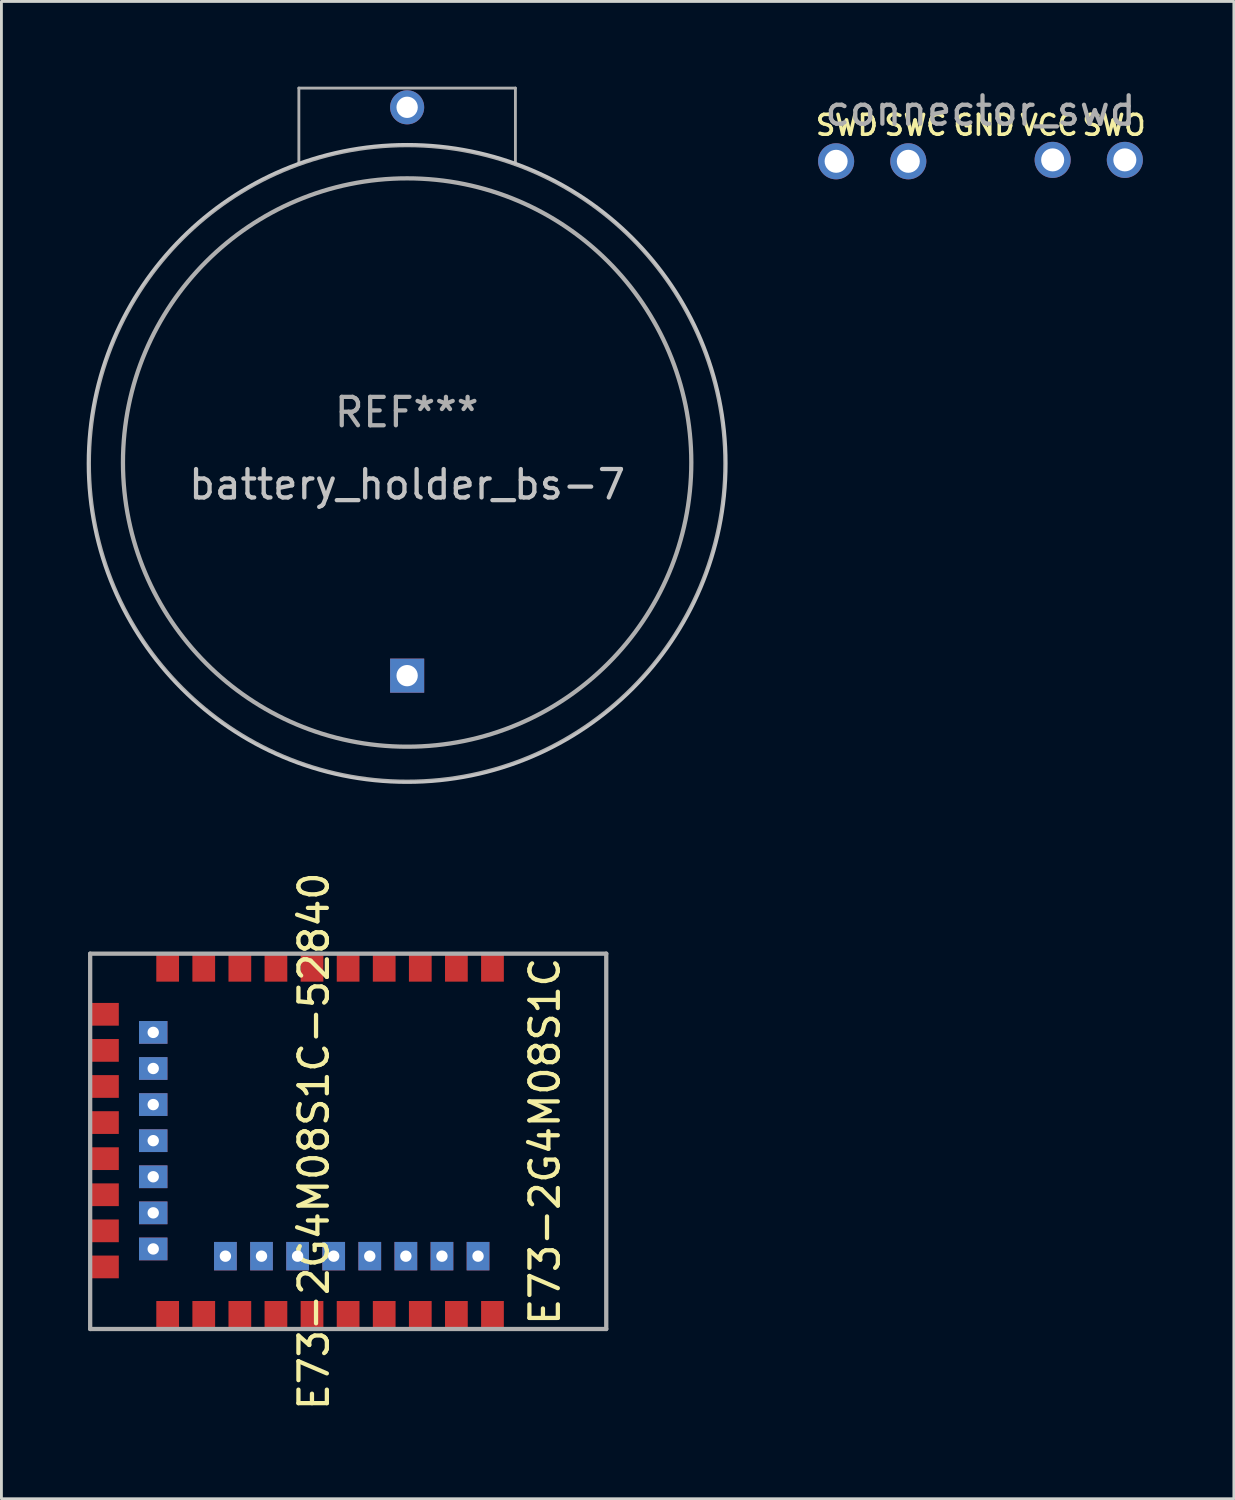
<source format=kicad_pcb>
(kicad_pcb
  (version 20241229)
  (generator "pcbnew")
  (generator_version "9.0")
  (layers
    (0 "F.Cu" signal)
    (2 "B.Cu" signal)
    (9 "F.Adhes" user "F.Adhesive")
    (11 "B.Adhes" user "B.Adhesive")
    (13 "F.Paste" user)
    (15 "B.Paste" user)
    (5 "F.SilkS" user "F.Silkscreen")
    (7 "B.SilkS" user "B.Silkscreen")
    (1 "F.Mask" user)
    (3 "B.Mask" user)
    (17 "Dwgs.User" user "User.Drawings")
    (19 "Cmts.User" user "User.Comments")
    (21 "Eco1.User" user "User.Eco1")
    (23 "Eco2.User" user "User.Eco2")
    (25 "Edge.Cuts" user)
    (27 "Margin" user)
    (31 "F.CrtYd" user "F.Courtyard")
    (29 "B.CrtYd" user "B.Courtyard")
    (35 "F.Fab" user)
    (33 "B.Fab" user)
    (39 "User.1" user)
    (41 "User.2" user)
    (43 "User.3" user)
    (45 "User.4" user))
  (footprint "E73-2G4M08S1C-52840"
    (layer "F.Cu")
    (at 0.25 37.113)
    (property "Reference" "E73-2G4M08S1C-52840" (at 7.747 -0.000467 270) (layer "F.SilkS") (effects (font (size 1 1) (thickness 0.15))))
    (attr through_hole)
    (fp_line (start -0.127 -6.604) (end -0.127 6.604) (stroke (width 0.15) (type solid)) (layer "F.Fab"))
    (fp_line (start -0.127 6.604) (end 18.034 6.604) (stroke (width 0.15) (type solid)) (layer "F.Fab"))
    (fp_line (start 18.034 -6.604) (end -0.127 -6.604) (stroke (width 0.15) (type solid)) (layer "F.Fab"))
    (fp_line (start 18.034 6.604) (end 18.034 -6.604) (stroke (width 0.15) (type solid)) (layer "F.Fab"))
    (fp_text user "E73-2G4M08S1C" (at 15.875 0 90) (layer "F.SilkS") (effects (font (size 1 1) (thickness 0.15))))
    (pad "1" smd rect (at 14.03 -6.119) (size 0.8 1) (layers "F.Cu" "F.Mask" "F.Paste"))
    (pad "2" smd rect (at 12.76 -6.119) (size 0.8 1) (layers "F.Cu" "F.Mask" "F.Paste"))
    (pad "3" smd rect (at 11.49 -6.119) (size 0.8 1) (layers "F.Cu" "F.Mask" "F.Paste"))
    (pad "4" smd rect (at 10.22 -6.119) (size 0.8 1) (layers "F.Cu" "F.Mask" "F.Paste"))
    (pad "5" smd rect (at 8.95 -6.119) (size 0.8 1) (layers "F.Cu" "F.Mask" "F.Paste"))
    (pad "6" smd rect (at 7.68 -6.119) (size 0.8 1) (layers "F.Cu" "F.Mask" "F.Paste"))
    (pad "7" smd rect (at 6.41 -6.119) (size 0.8 1) (layers "F.Cu" "F.Mask" "F.Paste"))
    (pad "8" smd rect (at 5.14 -6.119) (size 0.8 1) (layers "F.Cu" "F.Mask" "F.Paste"))
    (pad "9" smd rect (at 3.87 -6.119) (size 0.8 1) (layers "F.Cu" "F.Mask" "F.Paste"))
    (pad "10" smd rect (at 2.6 -6.119) (size 0.8 1) (layers "F.Cu" "F.Mask" "F.Paste"))
    (pad "11" smd rect (at 0.381 -4.47 90) (size 0.8 1) (layers "F.Cu" "F.Mask" "F.Paste"))
    (pad "12" thru_hole rect (at 2.092 -3.833 90) (size 0.8 1) (drill 0.4) (layers "*.Cu" "*.Mask"))
    (pad "13" smd rect (at 0.381 -3.2 90) (size 0.8 1) (layers "F.Cu" "F.Mask" "F.Paste"))
    (pad "14" thru_hole rect (at 2.092 -2.563 90) (size 0.8 1) (drill 0.4) (layers "*.Cu" "*.Mask"))
    (pad "15" smd rect (at 0.381 -1.93 90) (size 0.8 1) (layers "F.Cu" "F.Mask" "F.Paste"))
    (pad "16" thru_hole rect (at 2.092 -1.293 90) (size 0.8 1) (drill 0.4) (layers "*.Cu" "*.Mask"))
    (pad "17" smd rect (at 0.381 -0.66 90) (size 0.8 1) (layers "F.Cu" "F.Mask" "F.Paste"))
    (pad "18" thru_hole rect (at 2.092 -0.023 90) (size 0.8 1) (drill 0.4) (layers "*.Cu" "*.Mask"))
    (pad "19" smd rect (at 0.381 0.61 90) (size 0.8 1) (layers "F.Cu" "F.Mask" "F.Paste"))
    (pad "20" thru_hole rect (at 2.092 1.247 90) (size 0.8 1) (drill 0.4) (layers "*.Cu" "*.Mask"))
    (pad "21" smd rect (at 0.381 1.88 90) (size 0.8 1) (layers "F.Cu" "F.Mask" "F.Paste"))
    (pad "22" thru_hole rect (at 2.092 2.517 90) (size 0.8 1) (drill 0.4) (layers "*.Cu" "*.Mask"))
    (pad "23" smd rect (at 0.381 3.15 90) (size 0.8 1) (layers "F.Cu" "F.Mask" "F.Paste"))
    (pad "24" thru_hole rect (at 2.092 3.787 90) (size 0.8 1) (drill 0.4) (layers "*.Cu" "*.Mask"))
    (pad "25" smd rect (at 0.381 4.42 90) (size 0.8 1) (layers "F.Cu" "F.Mask" "F.Paste"))
    (pad "26" smd rect (at 2.6 6.119) (size 0.8 1) (layers "F.Cu" "F.Mask" "F.Paste"))
    (pad "27" smd rect (at 3.87 6.119) (size 0.8 1) (layers "F.Cu" "F.Mask" "F.Paste"))
    (pad "28" thru_hole rect (at 4.632 4.041) (size 0.8 1) (drill 0.4) (layers "*.Cu" "*.Mask"))
    (pad "29" smd rect (at 5.14 6.119) (size 0.8 1) (layers "F.Cu" "F.Mask" "F.Paste"))
    (pad "30" thru_hole rect (at 5.902 4.041) (size 0.8 1) (drill 0.4) (layers "*.Cu" "*.Mask"))
    (pad "31" smd rect (at 6.41 6.119) (size 0.8 1) (layers "F.Cu" "F.Mask" "F.Paste"))
    (pad "32" thru_hole rect (at 7.172 4.041) (size 0.8 1) (drill 0.4) (layers "*.Cu" "*.Mask"))
    (pad "33" smd rect (at 7.68 6.119) (size 0.8 1) (layers "F.Cu" "F.Mask" "F.Paste"))
    (pad "34" thru_hole rect (at 8.442 4.041) (size 0.8 1) (drill 0.4) (layers "*.Cu" "*.Mask"))
    (pad "35" smd rect (at 8.95 6.119) (size 0.8 1) (layers "F.Cu" "F.Mask" "F.Paste"))
    (pad "36" thru_hole rect (at 9.712 4.041) (size 0.8 1) (drill 0.4) (layers "*.Cu" "*.Mask"))
    (pad "37" smd rect (at 10.22 6.119) (size 0.8 1) (layers "F.Cu" "F.Mask" "F.Paste"))
    (pad "38" thru_hole rect (at 10.982 4.041) (size 0.8 1) (drill 0.4) (layers "*.Cu" "*.Mask"))
    (pad "39" smd rect (at 11.49 6.119) (size 0.8 1) (layers "F.Cu" "F.Mask" "F.Paste"))
    (pad "40" thru_hole rect (at 12.252 4.041) (size 0.8 1) (drill 0.4) (layers "*.Cu" "*.Mask"))
    (pad "41" smd rect (at 12.76 6.119) (size 0.8 1) (layers "F.Cu" "F.Mask" "F.Paste"))
    (pad "42" thru_hole rect (at 13.522 4.041) (size 0.8 1) (drill 0.4) (layers "*.Cu" "*.Mask"))
    (pad "43" smd rect (at 14.03 6.119) (size 0.8 1) (layers "F.Cu" "F.Mask" "F.Paste")))
  (footprint "battery_holder_bs-7"
    (layer "F.Cu")
    (at 11.262 13.365)
    (property "Reference" "battery_holder_bs-7" (at 0.015 0.635 180) (layer "Dwgs.User") (effects (font (size 1 1) (thickness 0.15))))
    (attr through_hole)
    (fp_circle (center 0.015 -0.107) (end 0.015 -11.334) (stroke (width 0.1) (type solid)) (fill no) (layer "Dwgs.User"))
    (fp_line (start -3.795 -13.315) (end 3.825 -13.315) (stroke (width 0.1) (type solid)) (layer "F.Fab"))
    (fp_line (start -3.795 -10.622) (end -3.795 -13.315) (stroke (width 0.1) (type solid)) (layer "F.Fab"))
    (fp_line (start 3.825 -10.622) (end 3.825 -13.315) (stroke (width 0.1) (type solid)) (layer "F.Fab"))
    (fp_circle (center 0.015 -0.139) (end 0.015 -10.139) (stroke (width 0.15) (type solid)) (fill no) (layer "F.Fab"))
    (fp_circle (center 0.015 -0.107) (end 0.015 11.069) (stroke (width 0.1) (type solid)) (fill no) (layer "F.Fab"))
    (fp_text user "REF***" (at 0 -1.905 180) (layer "F.Fab") (effects (font (size 1 1) (thickness 0.15))))
    (pad "1" thru_hole circle (at 0.015 -12.639 90) (size 1.2 1.2) (drill 0.75) (layers "*.Cu" "*.Mask"))
    (pad "2" thru_hole rect (at 0.015 7.361 90) (size 1.2 1.2) (drill 0.75) (layers "*.Cu" "*.Mask")))
  (footprint "connector_swd"
    (layer "F.Cu")
    (at 31.453 2.626)
    (property "Reference" "connector_swd" (at 0 -1.778 0) (layer "F.Fab") (effects (font (size 1 1) (thickness 0.15))))
    (attr through_hole)
    (fp_text user "VCC" (at 2.413 -1.27 0) (layer "F.SilkS") (effects (font (size 0.7 0.7) (thickness 0.125))))
    (fp_text user "SWO" (at 4.699 -1.27 0) (layer "F.SilkS") (effects (font (size 0.7 0.7) (thickness 0.125))))
    (fp_text user "SWC" (at -2.286 -1.27 180) (layer "F.SilkS") (effects (font (size 0.7 0.7) (thickness 0.125))))
    (fp_text user "GND" (at 0.127 -1.27 0) (layer "F.SilkS") (effects (font (size 0.7 0.7) (thickness 0.125))))
    (fp_text user "SWD" (at -4.699 -1.27 180) (layer "F.SilkS") (effects (font (size 0.7 0.7) (thickness 0.125))))
    (pad "1" thru_hole circle (at -5.08 0) (size 1.27 1.27) (drill 0.81) (layers "*.Cu" "*.Mask"))
    (pad "2" thru_hole circle (at -2.54 0) (size 1.27 1.27) (drill 0.81) (layers "*.Cu" "*.Mask"))
    (pad "3" thru_hole circle (at 2.54 -0.05) (size 1.27 1.27) (drill 0.81) (layers "*.Cu" "*.Mask"))
    (pad "4" thru_hole circle (at 5.08 -0.05) (size 1.27 1.27) (drill 0.81) (layers "*.Cu" "*.Mask")))
  (gr_rect
    (start -3 -3)
    (end 40.37 49.69)
    (stroke (width 0.1) (type default))
    (fill no)
    (layer "Edge.Cuts")))
</source>
